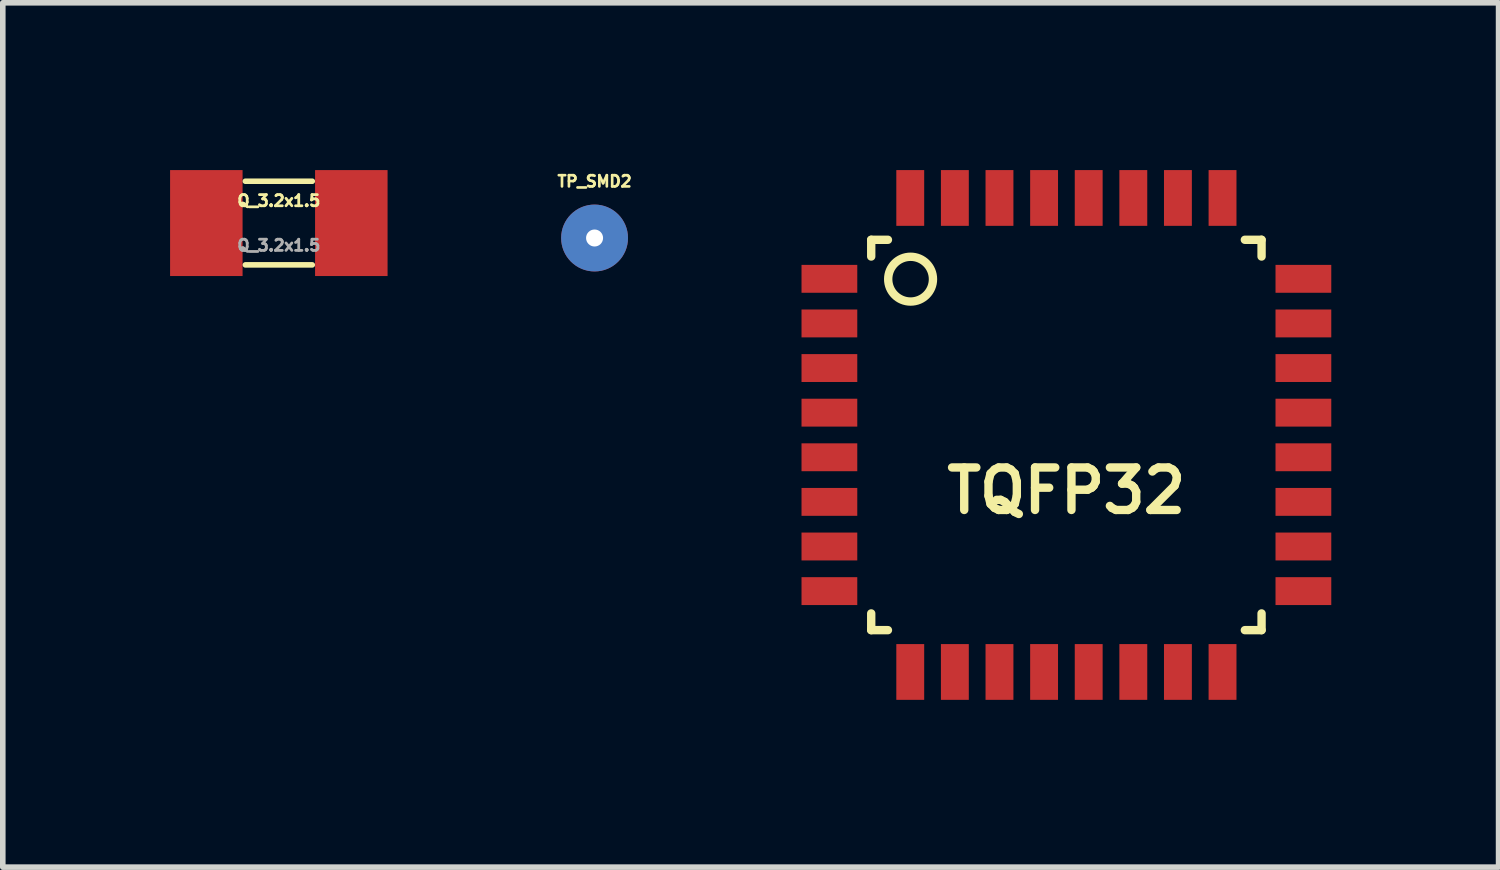
<source format=kicad_pcb>
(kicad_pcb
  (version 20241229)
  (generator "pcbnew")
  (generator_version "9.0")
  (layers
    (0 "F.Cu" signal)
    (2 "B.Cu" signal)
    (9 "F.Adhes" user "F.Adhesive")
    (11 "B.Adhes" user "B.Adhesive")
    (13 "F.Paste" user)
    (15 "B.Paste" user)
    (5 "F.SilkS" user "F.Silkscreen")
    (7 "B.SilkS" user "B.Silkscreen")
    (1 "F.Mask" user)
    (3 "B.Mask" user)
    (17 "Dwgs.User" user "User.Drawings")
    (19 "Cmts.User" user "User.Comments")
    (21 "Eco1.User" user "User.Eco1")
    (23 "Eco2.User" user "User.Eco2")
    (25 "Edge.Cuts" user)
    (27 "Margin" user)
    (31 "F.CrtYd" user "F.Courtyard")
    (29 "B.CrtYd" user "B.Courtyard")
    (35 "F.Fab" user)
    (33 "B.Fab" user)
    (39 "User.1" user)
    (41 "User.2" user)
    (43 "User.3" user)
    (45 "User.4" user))
  (footprint "Q_3.2x1.5"
    (layer "F.Cu")
    (at 1.95 0.95)
    (property "Reference" "Q_3.2x1.5" (at 0 -0.4 0) (unlocked yes) (layer "F.SilkS") (effects (font (size 0.2 0.2) (thickness 0.05))))
    (attr smd)
    (fp_line (start -0.6 -0.75) (end 0.6 -0.75) (stroke (width 0.1) (type solid)) (layer "F.SilkS"))
    (fp_line (start -0.6 0.75) (end 0.6 0.75) (stroke (width 0.1) (type solid)) (layer "F.SilkS"))
    (fp_text user "${REFERENCE}" (at 0 0.4 0) (unlocked yes) (layer "F.Fab") (effects (font (size 0.2 0.2) (thickness 0.05))))
    (pad "1" smd rect (at -1.3 0) (size 1.3 1.9) (layers "F.Cu" "F.Mask" "F.Paste"))
    (pad "2" smd rect (at 1.3 0) (size 1.3 1.9) (layers "F.Cu" "F.Mask" "F.Paste")))
  (footprint "TQFP32"
    (layer "F.Cu")
    (at 16.073 4.75)
    (property "Reference" "TQFP32" (at 0 1 0) (layer "F.SilkS") (effects (font (size 0.762 0.762) (thickness 0.15))))
    (attr through_hole)
    (fp_line (start -3.5 -3.5) (end -3.5 -3.2) (stroke (width 0.15) (type solid)) (layer "F.SilkS"))
    (fp_line (start -3.5 -3.5) (end -3.2 -3.5) (stroke (width 0.15) (type solid)) (layer "F.SilkS"))
    (fp_line (start -3.5 3.5) (end -3.5 3.2) (stroke (width 0.15) (type solid)) (layer "F.SilkS"))
    (fp_line (start -3.5 3.5) (end -3.2 3.5) (stroke (width 0.15) (type solid)) (layer "F.SilkS"))
    (fp_line (start 3.5 -3.5) (end 3.2 -3.5) (stroke (width 0.15) (type solid)) (layer "F.SilkS"))
    (fp_line (start 3.5 -3.5) (end 3.5 -3.2) (stroke (width 0.15) (type solid)) (layer "F.SilkS"))
    (fp_line (start 3.5 3.5) (end 3.2 3.5) (stroke (width 0.15) (type solid)) (layer "F.SilkS"))
    (fp_line (start 3.5 3.5) (end 3.5 3.2) (stroke (width 0.15) (type solid)) (layer "F.SilkS"))
    (fp_circle (center -2.794 -2.794) (end -2.921 -3.175) (stroke (width 0.15) (type solid)) (fill no) (layer "F.SilkS"))
    (pad "1" smd rect (at -4.25 -2.8 90) (size 0.5 1) (layers "F.Cu" "F.Mask" "F.Paste"))
    (pad "2" smd rect (at -4.25 -2 90) (size 0.5 1) (layers "F.Cu" "F.Mask" "F.Paste"))
    (pad "3" smd rect (at -4.25 -1.2 90) (size 0.5 1) (layers "F.Cu" "F.Mask" "F.Paste"))
    (pad "4" smd rect (at -4.25 -0.4 90) (size 0.5 1) (layers "F.Cu" "F.Mask" "F.Paste"))
    (pad "5" smd rect (at -4.25 0.4 90) (size 0.5 1) (layers "F.Cu" "F.Mask" "F.Paste"))
    (pad "6" smd rect (at -4.25 1.2 90) (size 0.5 1) (layers "F.Cu" "F.Mask" "F.Paste"))
    (pad "7" smd rect (at -4.25 2 90) (size 0.5 1) (layers "F.Cu" "F.Mask" "F.Paste"))
    (pad "8" smd rect (at -4.25 2.8 90) (size 0.5 1) (layers "F.Cu" "F.Mask" "F.Paste"))
    (pad "9" smd rect (at -2.8 4.25) (size 0.5 1) (layers "F.Cu" "F.Mask" "F.Paste"))
    (pad "10" smd rect (at -2 4.25) (size 0.5 1) (layers "F.Cu" "F.Mask" "F.Paste"))
    (pad "11" smd rect (at -1.2 4.25) (size 0.5 1) (layers "F.Cu" "F.Mask" "F.Paste"))
    (pad "12" smd rect (at -0.4 4.25) (size 0.5 1) (layers "F.Cu" "F.Mask" "F.Paste"))
    (pad "13" smd rect (at 0.4 4.25) (size 0.5 1) (layers "F.Cu" "F.Mask" "F.Paste"))
    (pad "14" smd rect (at 1.2 4.25) (size 0.5 1) (layers "F.Cu" "F.Mask" "F.Paste"))
    (pad "15" smd rect (at 2 4.25) (size 0.5 1) (layers "F.Cu" "F.Mask" "F.Paste"))
    (pad "16" smd rect (at 2.8 4.25) (size 0.5 1) (layers "F.Cu" "F.Mask" "F.Paste"))
    (pad "17" smd rect (at 4.25 2.8 270) (size 0.5 1) (layers "F.Cu" "F.Mask" "F.Paste"))
    (pad "18" smd rect (at 4.25 2 270) (size 0.5 1) (layers "F.Cu" "F.Mask" "F.Paste"))
    (pad "19" smd rect (at 4.25 1.2 270) (size 0.5 1) (layers "F.Cu" "F.Mask" "F.Paste"))
    (pad "20" smd rect (at 4.25 0.4 270) (size 0.5 1) (layers "F.Cu" "F.Mask" "F.Paste"))
    (pad "21" smd rect (at 4.25 -0.4 270) (size 0.5 1) (layers "F.Cu" "F.Mask" "F.Paste"))
    (pad "22" smd rect (at 4.25 -1.2 270) (size 0.5 1) (layers "F.Cu" "F.Mask" "F.Paste"))
    (pad "23" smd rect (at 4.25 -2 270) (size 0.5 1) (layers "F.Cu" "F.Mask" "F.Paste"))
    (pad "24" smd rect (at 4.25 -2.8 270) (size 0.5 1) (layers "F.Cu" "F.Mask" "F.Paste"))
    (pad "25" smd rect (at 2.8 -4.25 180) (size 0.5 1) (layers "F.Cu" "F.Mask" "F.Paste"))
    (pad "26" smd rect (at 2 -4.25 180) (size 0.5 1) (layers "F.Cu" "F.Mask" "F.Paste"))
    (pad "27" smd rect (at 1.2 -4.25 180) (size 0.5 1) (layers "F.Cu" "F.Mask" "F.Paste"))
    (pad "28" smd rect (at 0.4 -4.25 180) (size 0.5 1) (layers "F.Cu" "F.Mask" "F.Paste"))
    (pad "29" smd rect (at -0.4 -4.25 180) (size 0.5 1) (layers "F.Cu" "F.Mask" "F.Paste"))
    (pad "30" smd rect (at -1.2 -4.25 180) (size 0.5 1) (layers "F.Cu" "F.Mask" "F.Paste"))
    (pad "31" smd rect (at -2 -4.25 180) (size 0.5 1) (layers "F.Cu" "F.Mask" "F.Paste"))
    (pad "32" smd rect (at -2.8 -4.25 180) (size 0.5 1) (layers "F.Cu" "F.Mask" "F.Paste")))
  (footprint "TP_SMD2"
    (layer "F.Cu")
    (at 7.612 1.218)
    (property "Reference" "TP_SMD2" (at 0 -1.016 0) (layer "F.SilkS") (effects (font (size 0.201 0.201) (thickness 0.048))))
    (attr through_hole)
    (pad "1" thru_hole circle (at 0 0) (size 1.199 1.199) (drill 0.305) (layers "*.Cu" "*.Mask")))
  (gr_rect
    (start -3 -3)
    (end 23.823 12.5)
    (stroke (width 0.1) (type default))
    (fill no)
    (layer "Edge.Cuts")))
</source>
